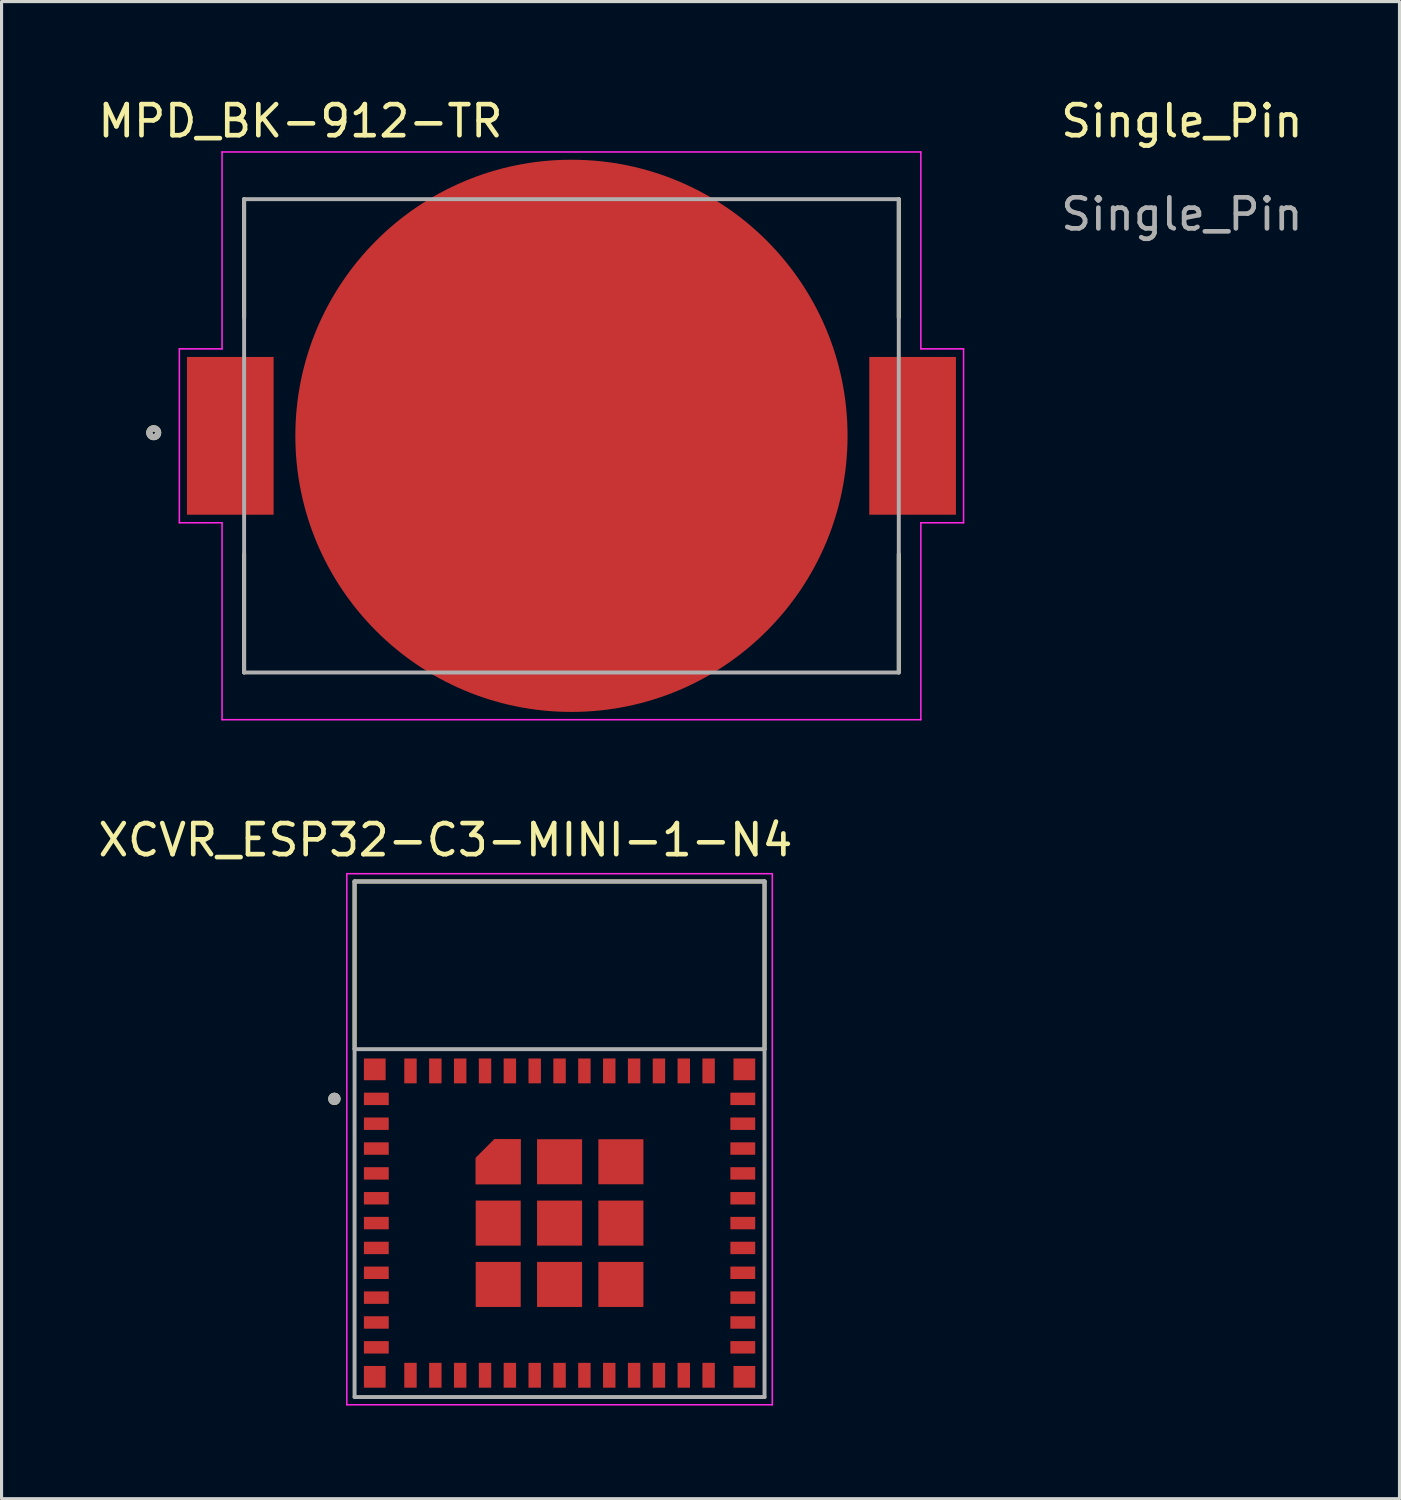
<source format=kicad_pcb>
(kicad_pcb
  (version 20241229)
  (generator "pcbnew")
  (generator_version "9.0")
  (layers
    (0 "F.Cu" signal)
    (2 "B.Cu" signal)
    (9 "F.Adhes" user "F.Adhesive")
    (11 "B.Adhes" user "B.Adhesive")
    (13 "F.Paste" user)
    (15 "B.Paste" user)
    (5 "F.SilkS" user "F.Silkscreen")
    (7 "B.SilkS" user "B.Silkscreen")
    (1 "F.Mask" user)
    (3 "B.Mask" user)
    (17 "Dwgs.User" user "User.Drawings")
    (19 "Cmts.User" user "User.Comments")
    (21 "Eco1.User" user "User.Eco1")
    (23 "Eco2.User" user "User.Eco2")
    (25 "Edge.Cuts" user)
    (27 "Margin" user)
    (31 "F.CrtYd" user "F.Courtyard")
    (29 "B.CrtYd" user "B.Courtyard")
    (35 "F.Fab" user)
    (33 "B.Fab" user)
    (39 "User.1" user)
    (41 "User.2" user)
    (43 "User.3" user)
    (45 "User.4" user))
  (footprint "Single_Pin"
    (layer "F.Cu")
    (at 35.006 1.348)
    (property "Reference" "Single_Pin" (at 0 -0.5 0) (unlocked yes) (layer "F.SilkS") (effects (font (size 1 1) (thickness 0.15))))
    (attr through_hole)
    (fp_text user "${REFERENCE}" (at 0 2.5 0) (unlocked yes) (layer "F.Fab") (effects (font (size 1 1) (thickness 0.15)))))
  (footprint "XCVR_ESP32-C3-MINI-1-N4"
    (layer "F.Cu")
    (at 14.967 33.632)
    (property "Reference" "XCVR_ESP32-C3-MINI-1-N4" (at -3.675 -9.635 0) (layer "F.SilkS") (effects (font (size 1 1) (thickness 0.15))))
    (attr through_hole)
    (fp_poly (pts (xy -1.15 1.55) (xy -2.8 1.55) (xy -2.8 0.56) (xy -2.14 -0.1) (xy -1.15 -0.1)) (stroke (width 0.01) (type solid)) (fill yes) (layer "F.Mask"))
    (fp_line (start -6.6 -8.3) (end 6.6 -8.3) (stroke (width 0.127) (type solid)) (layer "F.SilkS"))
    (fp_line (start -6.6 -2.92) (end -6.6 -8.3) (stroke (width 0.127) (type solid)) (layer "F.SilkS"))
    (fp_line (start 6.6 -8.3) (end 6.6 -2.92) (stroke (width 0.127) (type solid)) (layer "F.SilkS"))
    (fp_circle (center -7.25 -1.3) (end -7.15 -1.3) (stroke (width 0.2) (type solid)) (fill no) (layer "F.SilkS"))
    (fp_poly (pts (xy -1.25 1.45) (xy -2.7 1.45) (xy -2.7 0.6) (xy -2.1 0) (xy -1.25 0)) (stroke (width 0.01) (type solid)) (fill yes) (layer "F.Paste"))
    (fp_line (start -6.85 -8.55) (end -6.85 8.55) (stroke (width 0.05) (type solid)) (layer "F.CrtYd"))
    (fp_line (start -6.85 8.55) (end 6.85 8.55) (stroke (width 0.05) (type solid)) (layer "F.CrtYd"))
    (fp_line (start 6.85 -8.55) (end -6.85 -8.55) (stroke (width 0.05) (type solid)) (layer "F.CrtYd"))
    (fp_line (start 6.85 8.55) (end 6.85 -8.55) (stroke (width 0.05) (type solid)) (layer "F.CrtYd"))
    (fp_line (start -6.6 -8.3) (end 6.6 -8.3) (stroke (width 0.127) (type solid)) (layer "F.Fab"))
    (fp_line (start -6.6 -2.9) (end -6.6 -8.3) (stroke (width 0.127) (type solid)) (layer "F.Fab"))
    (fp_line (start -6.6 -2.9) (end 6.6 -2.9) (stroke (width 0.127) (type solid)) (layer "F.Fab"))
    (fp_line (start -6.6 8.3) (end -6.6 -2.9) (stroke (width 0.127) (type solid)) (layer "F.Fab"))
    (fp_line (start 6.6 -8.3) (end 6.6 -2.9) (stroke (width 0.127) (type solid)) (layer "F.Fab"))
    (fp_line (start 6.6 -2.9) (end 6.6 8.3) (stroke (width 0.127) (type solid)) (layer "F.Fab"))
    (fp_line (start 6.6 8.3) (end -6.6 8.3) (stroke (width 0.127) (type solid)) (layer "F.Fab"))
    (fp_circle (center -7.25 -1.3) (end -7.15 -1.3) (stroke (width 0.2) (type solid)) (fill no) (layer "F.Fab"))
    (pad "1" smd rect (at -5.9 -1.3) (size 0.8 0.4) (layers "F.Cu" "F.Mask" "F.Paste"))
    (pad "2" smd rect (at -5.9 -0.5) (size 0.8 0.4) (layers "F.Cu" "F.Mask" "F.Paste"))
    (pad "3" smd rect (at -5.9 0.3) (size 0.8 0.4) (layers "F.Cu" "F.Mask" "F.Paste"))
    (pad "4" smd rect (at -5.9 1.1) (size 0.8 0.4) (layers "F.Cu" "F.Mask" "F.Paste"))
    (pad "5" smd rect (at -5.9 1.9) (size 0.8 0.4) (layers "F.Cu" "F.Mask" "F.Paste"))
    (pad "6" smd rect (at -5.9 2.7) (size 0.8 0.4) (layers "F.Cu" "F.Mask" "F.Paste"))
    (pad "7" smd rect (at -5.9 3.5) (size 0.8 0.4) (layers "F.Cu" "F.Mask" "F.Paste"))
    (pad "8" smd rect (at -5.9 4.3) (size 0.8 0.4) (layers "F.Cu" "F.Mask" "F.Paste"))
    (pad "9" smd rect (at -5.9 5.1) (size 0.8 0.4) (layers "F.Cu" "F.Mask" "F.Paste"))
    (pad "10" smd rect (at -5.9 5.9) (size 0.8 0.4) (layers "F.Cu" "F.Mask" "F.Paste"))
    (pad "11" smd rect (at -5.9 6.7) (size 0.8 0.4) (layers "F.Cu" "F.Mask" "F.Paste"))
    (pad "12" smd rect (at -4.8 7.6) (size 0.4 0.8) (layers "F.Cu" "F.Mask" "F.Paste"))
    (pad "13" smd rect (at -4 7.6) (size 0.4 0.8) (layers "F.Cu" "F.Mask" "F.Paste"))
    (pad "14" smd rect (at -3.2 7.6) (size 0.4 0.8) (layers "F.Cu" "F.Mask" "F.Paste"))
    (pad "15" smd rect (at -2.4 7.6) (size 0.4 0.8) (layers "F.Cu" "F.Mask" "F.Paste"))
    (pad "16" smd rect (at -1.6 7.6) (size 0.4 0.8) (layers "F.Cu" "F.Mask" "F.Paste"))
    (pad "17" smd rect (at -0.8 7.6) (size 0.4 0.8) (layers "F.Cu" "F.Mask" "F.Paste"))
    (pad "18" smd rect (at 0 7.6) (size 0.4 0.8) (layers "F.Cu" "F.Mask" "F.Paste"))
    (pad "19" smd rect (at 0.8 7.6) (size 0.4 0.8) (layers "F.Cu" "F.Mask" "F.Paste"))
    (pad "20" smd rect (at 1.6 7.6) (size 0.4 0.8) (layers "F.Cu" "F.Mask" "F.Paste"))
    (pad "21" smd rect (at 2.4 7.6) (size 0.4 0.8) (layers "F.Cu" "F.Mask" "F.Paste"))
    (pad "22" smd rect (at 3.2 7.6) (size 0.4 0.8) (layers "F.Cu" "F.Mask" "F.Paste"))
    (pad "23" smd rect (at 4 7.6) (size 0.4 0.8) (layers "F.Cu" "F.Mask" "F.Paste"))
    (pad "24" smd rect (at 4.8 7.6) (size 0.4 0.8) (layers "F.Cu" "F.Mask" "F.Paste"))
    (pad "25" smd rect (at 5.9 6.7) (size 0.8 0.4) (layers "F.Cu" "F.Mask" "F.Paste"))
    (pad "26" smd rect (at 5.9 5.9) (size 0.8 0.4) (layers "F.Cu" "F.Mask" "F.Paste"))
    (pad "27" smd rect (at 5.9 5.1) (size 0.8 0.4) (layers "F.Cu" "F.Mask" "F.Paste"))
    (pad "28" smd rect (at 5.9 4.3) (size 0.8 0.4) (layers "F.Cu" "F.Mask" "F.Paste"))
    (pad "29" smd rect (at 5.9 3.5) (size 0.8 0.4) (layers "F.Cu" "F.Mask" "F.Paste"))
    (pad "30" smd rect (at 5.9 2.7) (size 0.8 0.4) (layers "F.Cu" "F.Mask" "F.Paste"))
    (pad "31" smd rect (at 5.9 1.9) (size 0.8 0.4) (layers "F.Cu" "F.Mask" "F.Paste"))
    (pad "32" smd rect (at 5.9 1.1) (size 0.8 0.4) (layers "F.Cu" "F.Mask" "F.Paste"))
    (pad "33" smd rect (at 5.9 0.3) (size 0.8 0.4) (layers "F.Cu" "F.Mask" "F.Paste"))
    (pad "34" smd rect (at 5.9 -0.5) (size 0.8 0.4) (layers "F.Cu" "F.Mask" "F.Paste"))
    (pad "35" smd rect (at 5.9 -1.3) (size 0.8 0.4) (layers "F.Cu" "F.Mask" "F.Paste"))
    (pad "36" smd rect (at 4.8 -2.2) (size 0.4 0.8) (layers "F.Cu" "F.Mask" "F.Paste"))
    (pad "37" smd rect (at 4 -2.2) (size 0.4 0.8) (layers "F.Cu" "F.Mask" "F.Paste"))
    (pad "38" smd rect (at 3.2 -2.2) (size 0.4 0.8) (layers "F.Cu" "F.Mask" "F.Paste"))
    (pad "39" smd rect (at 2.4 -2.2) (size 0.4 0.8) (layers "F.Cu" "F.Mask" "F.Paste"))
    (pad "40" smd rect (at 1.6 -2.2) (size 0.4 0.8) (layers "F.Cu" "F.Mask" "F.Paste"))
    (pad "41" smd rect (at 0.8 -2.2) (size 0.4 0.8) (layers "F.Cu" "F.Mask" "F.Paste"))
    (pad "42" smd rect (at 0 -2.2) (size 0.4 0.8) (layers "F.Cu" "F.Mask" "F.Paste"))
    (pad "43" smd rect (at -0.8 -2.2) (size 0.4 0.8) (layers "F.Cu" "F.Mask" "F.Paste"))
    (pad "44" smd rect (at -1.6 -2.2) (size 0.4 0.8) (layers "F.Cu" "F.Mask" "F.Paste"))
    (pad "45" smd rect (at -2.4 -2.2) (size 0.4 0.8) (layers "F.Cu" "F.Mask" "F.Paste"))
    (pad "46" smd rect (at -3.2 -2.2) (size 0.4 0.8) (layers "F.Cu" "F.Mask" "F.Paste"))
    (pad "47" smd rect (at -4 -2.2) (size 0.4 0.8) (layers "F.Cu" "F.Mask" "F.Paste"))
    (pad "48" smd rect (at -4.8 -2.2) (size 0.4 0.8) (layers "F.Cu" "F.Mask" "F.Paste"))
    (pad "49_1" smd custom (at -1.975 0.725) (size 0.6 0.6) (layers "F.Cu") (options (anchor rect)) (primitives (gr_poly (pts (xy 0.725 0.725) (xy -0.725 0.725) (xy -0.725 -0.125) (xy -0.125 -0.725) (xy 0.725 -0.725)) (width 0.01) (fill yes))))
    (pad "49_2" smd rect (at 0 0.725) (size 1.45 1.45) (layers "F.Cu" "F.Mask" "F.Paste"))
    (pad "49_3" smd rect (at 1.975 0.725) (size 1.45 1.45) (layers "F.Cu" "F.Mask" "F.Paste"))
    (pad "49_4" smd rect (at 1.975 2.7) (size 1.45 1.45) (layers "F.Cu" "F.Mask" "F.Paste"))
    (pad "49_5" smd rect (at 1.975 4.675) (size 1.45 1.45) (layers "F.Cu" "F.Mask" "F.Paste"))
    (pad "49_6" smd rect (at 0 4.675) (size 1.45 1.45) (layers "F.Cu" "F.Mask" "F.Paste"))
    (pad "49_7" smd rect (at -1.975 4.675) (size 1.45 1.45) (layers "F.Cu" "F.Mask" "F.Paste"))
    (pad "49_8" smd rect (at -1.975 2.7) (size 1.45 1.45) (layers "F.Cu" "F.Mask" "F.Paste"))
    (pad "49_9" smd rect (at 0 2.7) (size 1.45 1.45) (layers "F.Cu" "F.Mask" "F.Paste"))
    (pad "50" smd rect (at 5.95 -2.25) (size 0.7 0.7) (layers "F.Cu" "F.Mask" "F.Paste"))
    (pad "51" smd rect (at 5.95 7.65) (size 0.7 0.7) (layers "F.Cu" "F.Mask" "F.Paste"))
    (pad "52" smd rect (at -5.95 7.65) (size 0.7 0.7) (layers "F.Cu" "F.Mask" "F.Paste"))
    (pad "53" smd rect (at -5.95 -2.25) (size 0.7 0.7) (layers "F.Cu" "F.Mask" "F.Paste"))
    (zone (net_name "") (layer "F.Cu") (hatch full 0.508) (connect_pads) (min_thickness 0.01) (filled_areas_thickness no) (keepout (tracks not_allowed) (vias not_allowed) (pads not_allowed) (copperpour not_allowed) (footprints allowed)) (placement (enabled no)) (fill) (polygon (pts (xy 8.367 25.331) (xy 21.567 25.331) (xy 21.567 30.732) (xy 8.367 30.732))))
    (zone (net_name "") (layers "F.Cu" "B.Cu") (hatch full 0.508) (connect_pads) (min_thickness 0.01) (filled_areas_thickness no) (keepout (tracks allowed) (vias not_allowed) (pads allowed) (copperpour allowed) (footprints allowed)) (placement (enabled no)) (fill) (polygon (pts (xy 8.367 25.331) (xy 21.567 25.331) (xy 21.567 30.732) (xy 8.367 30.732))))
    (zone (net_name "") (layer "B.Cu") (hatch full 0.508) (connect_pads) (min_thickness 0.01) (filled_areas_thickness no) (keepout (tracks not_allowed) (vias not_allowed) (pads not_allowed) (copperpour not_allowed) (footprints allowed)) (placement (enabled no)) (fill) (polygon (pts (xy 8.367 25.331) (xy 21.567 25.331) (xy 21.567 30.732) (xy 8.367 30.732)))))
  (footprint "MPD_BK-912-TR"
    (layer "F.Cu")
    (at 15.35 10.983)
    (property "Reference" "MPD_BK-912-TR" (at -8.725 -10.135 0) (layer "F.SilkS") (effects (font (size 1 1) (thickness 0.15))))
    (attr through_hole)
    (fp_line (start -10.54 -3.81) (end -10.54 -7.62) (stroke (width 0.127) (type solid)) (layer "F.SilkS"))
    (fp_line (start -10.54 7.62) (end -10.54 3.81) (stroke (width 0.127) (type solid)) (layer "F.SilkS"))
    (fp_line (start 10.54 -7.62) (end 10.54 -3.81) (stroke (width 0.127) (type solid)) (layer "F.SilkS"))
    (fp_line (start 10.54 3.81) (end 10.54 7.62) (stroke (width 0.127) (type solid)) (layer "F.SilkS"))
    (fp_circle (center -13.45 -0.1) (end -13.309 -0.1) (stroke (width 0.2) (type solid)) (fill no) (layer "F.SilkS"))
    (fp_line (start -12.625 -2.8) (end -11.25 -2.8) (stroke (width 0.05) (type solid)) (layer "F.CrtYd"))
    (fp_line (start -12.625 2.8) (end -12.625 -2.8) (stroke (width 0.05) (type solid)) (layer "F.CrtYd"))
    (fp_line (start -11.25 -9.14) (end 11.25 -9.14) (stroke (width 0.05) (type solid)) (layer "F.CrtYd"))
    (fp_line (start -11.25 -2.8) (end -11.25 -9.14) (stroke (width 0.05) (type solid)) (layer "F.CrtYd"))
    (fp_line (start -11.25 2.8) (end -12.625 2.8) (stroke (width 0.05) (type solid)) (layer "F.CrtYd"))
    (fp_line (start -11.25 9.14) (end -11.25 2.8) (stroke (width 0.05) (type solid)) (layer "F.CrtYd"))
    (fp_line (start 11.25 -9.14) (end 11.25 -2.8) (stroke (width 0.05) (type solid)) (layer "F.CrtYd"))
    (fp_line (start 11.25 -2.8) (end 12.625 -2.8) (stroke (width 0.05) (type solid)) (layer "F.CrtYd"))
    (fp_line (start 11.25 2.8) (end 11.25 9.14) (stroke (width 0.05) (type solid)) (layer "F.CrtYd"))
    (fp_line (start 11.25 9.14) (end -11.25 9.14) (stroke (width 0.05) (type solid)) (layer "F.CrtYd"))
    (fp_line (start 12.625 -2.8) (end 12.625 2.8) (stroke (width 0.05) (type solid)) (layer "F.CrtYd"))
    (fp_line (start 12.625 2.8) (end 11.25 2.8) (stroke (width 0.05) (type solid)) (layer "F.CrtYd"))
    (fp_line (start -10.54 -7.62) (end 10.54 -7.62) (stroke (width 0.127) (type solid)) (layer "F.Fab"))
    (fp_line (start -10.54 7.62) (end -10.54 -7.62) (stroke (width 0.127) (type solid)) (layer "F.Fab"))
    (fp_line (start 10.54 -7.62) (end 10.54 7.62) (stroke (width 0.127) (type solid)) (layer "F.Fab"))
    (fp_line (start 10.54 7.62) (end -10.54 7.62) (stroke (width 0.127) (type solid)) (layer "F.Fab"))
    (fp_circle (center -13.45 -0.1) (end -13.309 -0.1) (stroke (width 0.2) (type solid)) (fill no) (layer "F.Fab"))
    (pad "1" smd rect (at -10.985 0) (size 2.79 5.08) (layers "F.Cu" "F.Mask" "F.Paste"))
    (pad "2" smd rect (at 10.985 0) (size 2.79 5.08) (layers "F.Cu" "F.Mask" "F.Paste"))
    (pad "3" smd circle (at 0 0) (size 17.78 17.78) (layers "F.Cu" "F.Mask" "F.Paste")))
  (gr_rect
    (start -3 -3)
    (end 42.012 45.206)
    (stroke (width 0.1) (type default))
    (fill no)
    (layer "Edge.Cuts")))
</source>
